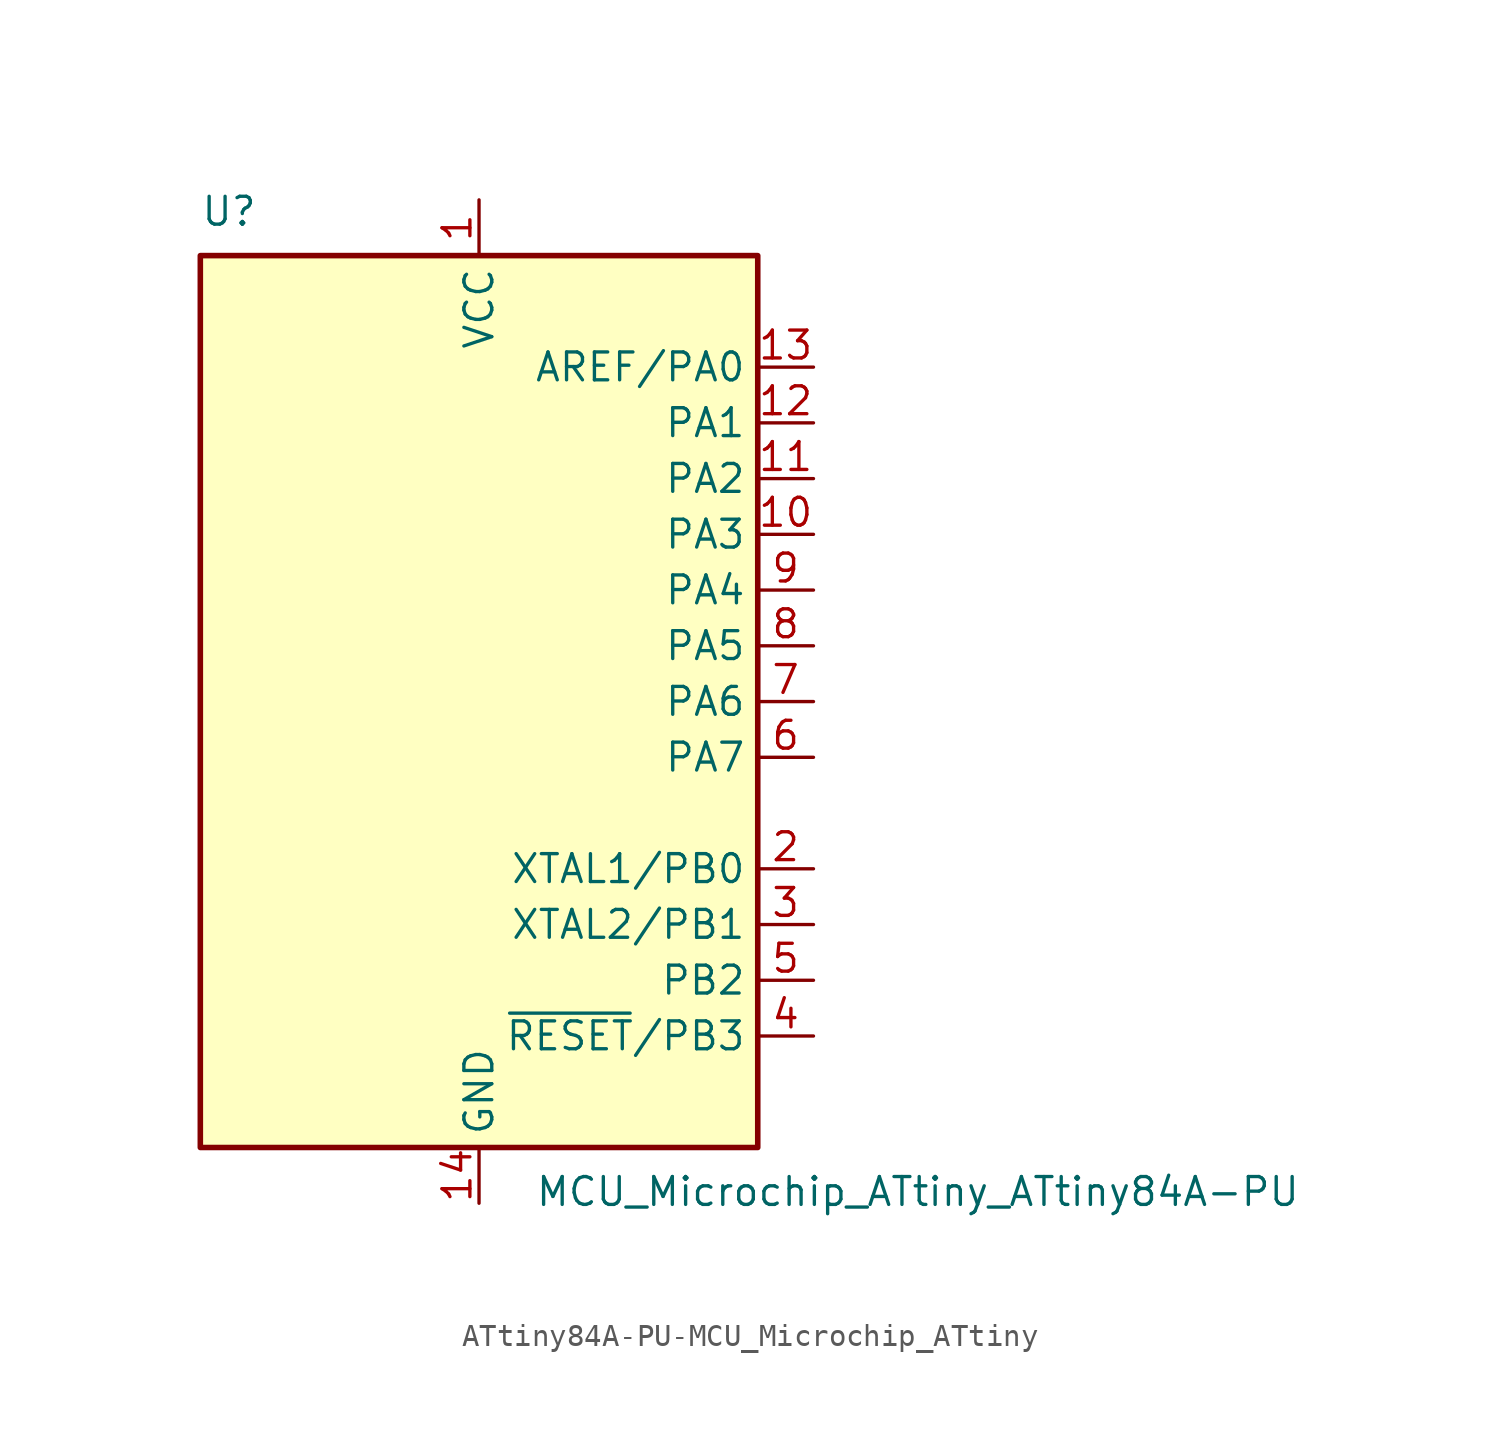
<source format=kicad_sym>
(kicad_symbol_lib
  (version 20241209)
  (generator "kicad_symbol_editor")
  (generator_version "9.0")
  (symbol "ATtiny84A-PU-MCU_Microchip_ATtiny"
    (property "Reference" "U"
      (at -12.7 21.59 0)
      (effects (font (size 1.27 1.27)) (justify left bottom)))
    (property "Value" "MCU_Microchip_ATtiny_ATtiny84A-PU"
      (at 2.54 -21.59 0)
      (effects (font (size 1.27 1.27)) (justify left top)))
    (symbol "ATtiny84A-PU-MCU_Microchip_ATtiny_0_1"
      (rectangle (start -12.7 -20.32) (end 12.7 20.32) (stroke (width 0.254) (type solid)) (fill (type background))))
    (symbol "ATtiny84A-PU-MCU_Microchip_ATtiny_1_1"
      (pin power_in line (at 0 22.86 270) (length 2.54) (name "VCC" (effects (font (size 1.27 1.27)))) (number "1" (effects (font (size 1.27 1.27)))))
      (pin power_in line (at 0 -22.86 90) (length 2.54) (name "GND" (effects (font (size 1.27 1.27)))) (number "14" (effects (font (size 1.27 1.27)))))
      (pin bidirectional line (at 15.24 15.24 180) (length 2.54) (name "AREF/PA0" (effects (font (size 1.27 1.27)))) (number "13" (effects (font (size 1.27 1.27)))))
      (pin bidirectional line (at 15.24 12.7 180) (length 2.54) (name "PA1" (effects (font (size 1.27 1.27)))) (number "12" (effects (font (size 1.27 1.27)))))
      (pin bidirectional line (at 15.24 10.16 180) (length 2.54) (name "PA2" (effects (font (size 1.27 1.27)))) (number "11" (effects (font (size 1.27 1.27)))))
      (pin bidirectional line (at 15.24 7.62 180) (length 2.54) (name "PA3" (effects (font (size 1.27 1.27)))) (number "10" (effects (font (size 1.27 1.27)))))
      (pin bidirectional line (at 15.24 5.08 180) (length 2.54) (name "PA4" (effects (font (size 1.27 1.27)))) (number "9" (effects (font (size 1.27 1.27)))))
      (pin bidirectional line (at 15.24 2.54 180) (length 2.54) (name "PA5" (effects (font (size 1.27 1.27)))) (number "8" (effects (font (size 1.27 1.27)))))
      (pin bidirectional line (at 15.24 0 180) (length 2.54) (name "PA6" (effects (font (size 1.27 1.27)))) (number "7" (effects (font (size 1.27 1.27)))))
      (pin bidirectional line (at 15.24 -2.54 180) (length 2.54) (name "PA7" (effects (font (size 1.27 1.27)))) (number "6" (effects (font (size 1.27 1.27)))))
      (pin bidirectional line (at 15.24 -7.62 180) (length 2.54) (name "XTAL1/PB0" (effects (font (size 1.27 1.27)))) (number "2" (effects (font (size 1.27 1.27)))))
      (pin bidirectional line (at 15.24 -10.16 180) (length 2.54) (name "XTAL2/PB1" (effects (font (size 1.27 1.27)))) (number "3" (effects (font (size 1.27 1.27)))))
      (pin bidirectional line (at 15.24 -12.7 180) (length 2.54) (name "PB2" (effects (font (size 1.27 1.27)))) (number "5" (effects (font (size 1.27 1.27)))))
      (pin bidirectional line (at 15.24 -15.24 180) (length 2.54) (name "~{RESET}/PB3" (effects (font (size 1.27 1.27)))) (number "4" (effects (font (size 1.27 1.27))))))))
</source>
